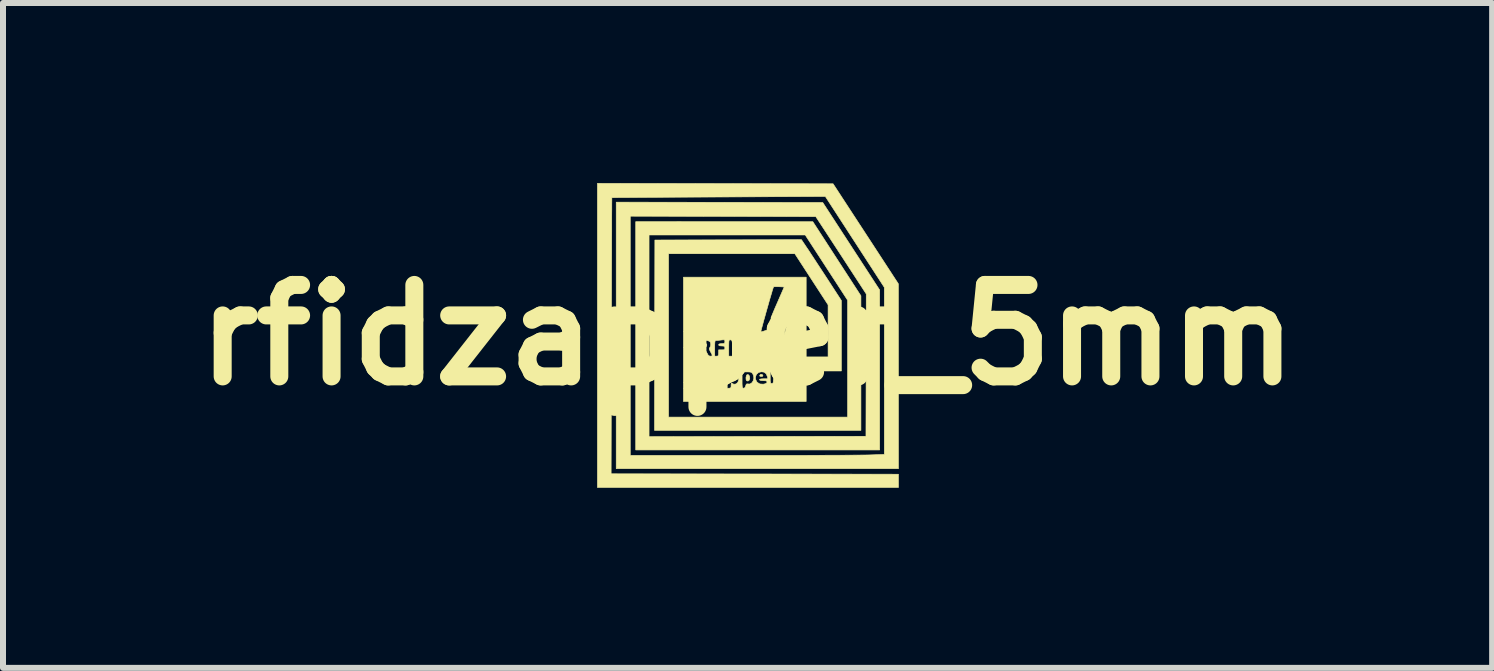
<source format=kicad_pcb>
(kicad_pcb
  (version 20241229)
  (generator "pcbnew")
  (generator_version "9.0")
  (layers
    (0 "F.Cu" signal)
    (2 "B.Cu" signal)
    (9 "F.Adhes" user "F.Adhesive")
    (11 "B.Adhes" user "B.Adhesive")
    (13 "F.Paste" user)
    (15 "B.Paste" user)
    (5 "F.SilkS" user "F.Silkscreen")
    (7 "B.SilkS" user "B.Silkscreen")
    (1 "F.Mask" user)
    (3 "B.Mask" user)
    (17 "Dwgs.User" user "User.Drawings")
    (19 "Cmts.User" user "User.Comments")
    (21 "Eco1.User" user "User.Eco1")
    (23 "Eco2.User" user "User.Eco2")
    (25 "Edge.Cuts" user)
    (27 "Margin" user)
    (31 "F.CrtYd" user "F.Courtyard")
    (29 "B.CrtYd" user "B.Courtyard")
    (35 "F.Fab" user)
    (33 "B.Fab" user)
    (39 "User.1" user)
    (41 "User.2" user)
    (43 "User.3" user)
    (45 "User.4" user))
  (footprint "rfidzapper_5mm"
    (layer "F.Cu")
    (at 9.405 2.532)
    (property "Reference" "rfidzapper_5mm" (at 0 0 0) (layer "F.SilkS") (effects (font (size 1.524 1.524) (thickness 0.3))))
    (attr through_hole)
    (fp_poly (pts (xy -0.461 0.726) (xy -0.456 0.744) (xy -0.466 0.765) (xy -0.482 0.769) (xy -0.503 0.761) (xy -0.508 0.75) (xy -0.497 0.733) (xy -0.482 0.726) (xy -0.461 0.726)) (stroke (width 0.01) (type solid)) (fill yes) (layer "F.SilkS"))
    (fp_poly (pts (xy 0.243 0.657) (xy 0.257 0.674) (xy 0.251 0.687) (xy 0.229 0.69) (xy 0.206 0.686) (xy 0.203 0.672) (xy 0.204 0.67) (xy 0.22 0.655) (xy 0.243 0.657)) (stroke (width 0.01) (type solid)) (fill yes) (layer "F.SilkS"))
    (fp_poly (pts (xy -0.685 0.148) (xy -0.679 0.165) (xy -0.68 0.172) (xy -0.692 0.197) (xy -0.714 0.207) (xy -0.733 0.2) (xy -0.741 0.181) (xy -0.742 0.167) (xy -0.734 0.148) (xy -0.709 0.143) (xy -0.685 0.148)) (stroke (width 0.01) (type solid)) (fill yes) (layer "F.SilkS"))
    (fp_poly (pts (xy -0.218 0.664) (xy -0.214 0.671) (xy -0.197 0.706) (xy -0.202 0.743) (xy -0.203 0.748) (xy -0.221 0.765) (xy -0.248 0.768) (xy -0.265 0.76) (xy -0.273 0.736) (xy -0.271 0.703) (xy -0.26 0.673) (xy -0.253 0.663) (xy -0.234 0.653) (xy -0.218 0.664)) (stroke (width 0.01) (type solid)) (fill yes) (layer "F.SilkS"))
    (fp_poly (pts (xy 0.016 0.662) (xy 0.032 0.684) (xy 0.037 0.719) (xy 0.037 0.725) (xy 0.026 0.754) (xy 0.006 0.767) (xy -0.016 0.761) (xy -0.017 0.76) (xy -0.025 0.739) (xy -0.026 0.707) (xy -0.019 0.677) (xy -0.008 0.66) (xy -0.007 0.66) (xy 0.016 0.662)) (stroke (width 0.01) (type solid)) (fill yes) (layer "F.SilkS"))
    (fp_poly (pts (xy -0.064 0.154) (xy -0.038 0.182) (xy -0.027 0.219) (xy -0.032 0.257) (xy -0.047 0.279) (xy -0.076 0.295) (xy -0.099 0.3) (xy -0.116 0.298) (xy -0.126 0.288) (xy -0.13 0.265) (xy -0.13 0.222) (xy -0.13 0.221) (xy -0.129 0.178) (xy -0.126 0.155) (xy -0.116 0.145) (xy -0.1 0.143) (xy -0.064 0.154)) (stroke (width 0.01) (type solid)) (fill yes) (layer "F.SilkS"))
    (fp_poly (pts (xy 1.425 -2.52) (xy 1.969 -1.687) (xy 2.513 -0.853) (xy 2.514 2.227) (xy -2.188 2.227) (xy -2.188 -2.214) (xy -0.468 -2.211) (xy 1.253 -2.208) (xy 1.727 -1.479) (xy 2.201 -0.751) (xy 2.201 1.915) (xy -1.863 1.915) (xy -1.863 -1.889) (xy 1.088 -1.888) (xy 1.488 -1.271) (xy 1.889 -0.653) (xy 1.889 1.589) (xy -1.55 1.589) (xy -1.544 -1.583) (xy 0.898 -1.589) (xy 0.987 -1.456) (xy 1.017 -1.412) (xy 1.058 -1.349) (xy 1.108 -1.273) (xy 1.164 -1.187) (xy 1.225 -1.094) (xy 1.288 -0.998) (xy 1.32 -0.949) (xy 1.563 -0.575) (xy 1.563 0.599) (xy 0.977 0.599) (xy 0.977 1.107) (xy -1.068 1.107) (xy -1.068 0.573) (xy -0.821 0.573) (xy -0.817 0.589) (xy -0.803 0.597) (xy -0.771 0.599) (xy -0.755 0.599) (xy -0.689 0.599) (xy -0.755 0.686) (xy -0.785 0.728) (xy -0.808 0.763) (xy -0.82 0.786) (xy -0.821 0.79) (xy -0.814 0.799) (xy -0.792 0.805) (xy -0.75 0.807) (xy -0.71 0.808) (xy -0.656 0.807) (xy -0.623 0.805) (xy -0.606 0.8) (xy -0.6 0.79) (xy -0.599 0.782) (xy -0.603 0.767) (xy -0.62 0.758) (xy -0.656 0.753) (xy -0.664 0.753) (xy -0.717 0.75) (xy -0.573 0.75) (xy -0.562 0.789) (xy -0.534 0.812) (xy -0.493 0.816) (xy -0.491 0.815) (xy -0.452 0.809) (xy -0.422 0.808) (xy -0.404 0.806) (xy -0.395 0.796) (xy -0.391 0.772) (xy -0.391 0.73) (xy -0.394 0.674) (xy -0.408 0.638) (xy -0.435 0.619) (xy -0.48 0.612) (xy -0.485 0.612) (xy -0.339 0.612) (xy -0.339 0.886) (xy -0.306 0.886) (xy -0.285 0.883) (xy -0.275 0.868) (xy -0.274 0.838) (xy -0.272 0.807) (xy -0.265 0.8) (xy -0.258 0.805) (xy -0.227 0.82) (xy -0.192 0.815) (xy -0.164 0.792) (xy -0.149 0.755) (xy -0.144 0.708) (xy -0.148 0.663) (xy -0.16 0.634) (xy -0.185 0.615) (xy -0.189 0.614) (xy -0.091 0.614) (xy -0.091 0.75) (xy -0.091 0.811) (xy -0.089 0.85) (xy -0.086 0.873) (xy -0.079 0.883) (xy -0.068 0.886) (xy -0.065 0.886) (xy -0.043 0.877) (xy -0.031 0.847) (xy -0.031 0.846) (xy -0.021 0.819) (xy -0.007 0.813) (xy 0.002 0.815) (xy 0.04 0.816) (xy 0.072 0.796) (xy 0.094 0.763) (xy 0.101 0.735) (xy 0.133 0.735) (xy 0.153 0.778) (xy 0.162 0.789) (xy 0.205 0.815) (xy 0.261 0.819) (xy 0.296 0.812) (xy 0.319 0.798) (xy 0.326 0.782) (xy 0.32 0.769) (xy 0.301 0.762) (xy 0.265 0.761) (xy 0.223 0.758) (xy 0.201 0.749) (xy 0.199 0.746) (xy 0.204 0.736) (xy 0.229 0.731) (xy 0.266 0.729) (xy 0.339 0.729) (xy 0.331 0.694) (xy 0.311 0.646) (xy 0.277 0.619) (xy 0.233 0.612) (xy 0.186 0.623) (xy 0.152 0.652) (xy 0.133 0.691) (xy 0.133 0.735) (xy 0.101 0.735) (xy 0.105 0.721) (xy 0.101 0.677) (xy 0.084 0.642) (xy 0.069 0.625) (xy 0.046 0.617) (xy 0.008 0.614) (xy -0.013 0.614) (xy -0.091 0.614) (xy -0.189 0.614) (xy -0.202 0.611) (xy -0.232 0.612) (xy -0.272 0.612) (xy -0.283 0.612) (xy -0.339 0.612) (xy -0.485 0.612) (xy -0.496 0.612) (xy -0.535 0.614) (xy -0.554 0.62) (xy -0.56 0.633) (xy -0.56 0.637) (xy -0.556 0.654) (xy -0.539 0.658) (xy -0.516 0.656) (xy -0.482 0.654) (xy -0.465 0.661) (xy -0.468 0.672) (xy -0.494 0.683) (xy -0.498 0.684) (xy -0.543 0.699) (xy -0.567 0.721) (xy -0.573 0.75) (xy -0.717 0.75) (xy -0.728 0.749) (xy -0.67 0.672) (xy -0.633 0.62) (xy -0.627 0.609) (xy 0.378 0.609) (xy 0.378 0.708) (xy 0.378 0.759) (xy 0.381 0.789) (xy 0.387 0.803) (xy 0.399 0.807) (xy 0.404 0.808) (xy 0.422 0.803) (xy 0.429 0.783) (xy 0.43 0.761) (xy 0.436 0.71) (xy 0.454 0.676) (xy 0.482 0.664) (xy 0.482 0.664) (xy 0.503 0.656) (xy 0.508 0.632) (xy 0.505 0.609) (xy 0.49 0.607) (xy 0.478 0.611) (xy 0.442 0.618) (xy 0.413 0.616) (xy 0.378 0.609) (xy -0.627 0.609) (xy -0.614 0.585) (xy -0.615 0.563) (xy -0.637 0.552) (xy -0.68 0.548) (xy -0.716 0.547) (xy -0.768 0.548) (xy -0.799 0.55) (xy -0.815 0.556) (xy -0.82 0.566) (xy -0.821 0.573) (xy -1.068 0.573) (xy -1.068 0.223) (xy -0.808 0.223) (xy -0.807 0.282) (xy -0.806 0.319) (xy -0.802 0.34) (xy -0.795 0.349) (xy -0.782 0.352) (xy -0.775 0.352) (xy -0.753 0.348) (xy -0.744 0.333) (xy -0.742 0.306) (xy -0.74 0.275) (xy -0.728 0.262) (xy -0.717 0.261) (xy -0.691 0.273) (xy -0.672 0.306) (xy -0.654 0.338) (xy -0.631 0.351) (xy -0.619 0.352) (xy -0.597 0.35) (xy -0.589 0.341) (xy -0.595 0.32) (xy -0.615 0.283) (xy -0.617 0.279) (xy -0.634 0.245) (xy -0.638 0.225) (xy -0.636 0.221) (xy -0.547 0.221) (xy -0.547 0.352) (xy -0.515 0.352) (xy -0.494 0.349) (xy -0.484 0.335) (xy -0.482 0.304) (xy -0.482 0.3) (xy -0.482 0.247) (xy -0.43 0.247) (xy -0.396 0.246) (xy -0.381 0.237) (xy -0.378 0.218) (xy -0.378 0.215) (xy -0.378 0.214) (xy -0.313 0.214) (xy -0.313 0.352) (xy -0.247 0.352) (xy -0.182 0.352) (xy -0.112 0.352) (xy -0.063 0.349) (xy -0.029 0.338) (xy -0.001 0.318) (xy 0.025 0.291) (xy 0.037 0.261) (xy 0.039 0.226) (xy 0.031 0.165) (xy 0.005 0.123) (xy -0.037 0.1) (xy -0.05 0.097) (xy -0.096 0.09) (xy -0.14 0.083) (xy -0.14 0.083) (xy -0.182 0.077) (xy -0.182 0.352) (xy -0.247 0.352) (xy -0.25 0.218) (xy -0.252 0.158) (xy -0.255 0.119) (xy -0.26 0.097) (xy -0.267 0.085) (xy -0.279 0.081) (xy -0.283 0.081) (xy -0.296 0.08) (xy -0.305 0.085) (xy -0.31 0.1) (xy -0.312 0.129) (xy -0.313 0.178) (xy -0.313 0.214) (xy -0.378 0.214) (xy -0.381 0.194) (xy -0.394 0.185) (xy -0.425 0.182) (xy -0.43 0.182) (xy -0.466 0.179) (xy -0.481 0.168) (xy -0.482 0.163) (xy -0.473 0.149) (xy -0.445 0.144) (xy -0.43 0.143) (xy -0.396 0.142) (xy -0.381 0.133) (xy -0.378 0.113) (xy -0.378 0.109) (xy -0.379 0.088) (xy -0.388 0.08) (xy -0.412 0.08) (xy -0.438 0.083) (xy -0.48 0.088) (xy -0.514 0.091) (xy -0.523 0.091) (xy -0.534 0.093) (xy -0.541 0.103) (xy -0.545 0.125) (xy -0.547 0.164) (xy -0.547 0.221) (xy -0.636 0.221) (xy -0.63 0.211) (xy -0.616 0.184) (xy -0.613 0.149) (xy -0.621 0.118) (xy -0.628 0.108) (xy -0.656 0.096) (xy -0.698 0.087) (xy -0.743 0.083) (xy -0.778 0.087) (xy -0.778 0.087) (xy -0.792 0.092) (xy -0.8 0.101) (xy -0.805 0.121) (xy -0.807 0.156) (xy -0.808 0.211) (xy -0.808 0.223) (xy -1.068 0.223) (xy -1.068 -0.056) (xy 0.221 -0.056) (xy 0.233 -0.054) (xy 0.265 -0.063) (xy 0.315 -0.08) (xy 0.379 -0.106) (xy 0.438 -0.13) (xy 0.487 -0.149) (xy 0.523 -0.162) (xy 0.539 -0.167) (xy 0.54 -0.167) (xy 0.538 -0.154) (xy 0.53 -0.12) (xy 0.517 -0.07) (xy 0.499 -0.008) (xy 0.49 0.025) (xy 0.469 0.098) (xy 0.452 0.15) (xy 0.439 0.185) (xy 0.428 0.206) (xy 0.416 0.218) (xy 0.402 0.224) (xy 0.368 0.236) (xy 0.409 0.352) (xy 0.426 0.402) (xy 0.441 0.442) (xy 0.45 0.465) (xy 0.452 0.469) (xy 0.46 0.459) (xy 0.479 0.431) (xy 0.506 0.391) (xy 0.527 0.358) (xy 0.557 0.311) (xy 0.581 0.273) (xy 0.596 0.248) (xy 0.599 0.241) (xy 0.588 0.236) (xy 0.572 0.234) (xy 0.553 0.23) (xy 0.553 0.211) (xy 0.554 0.206) (xy 0.562 0.179) (xy 0.575 0.134) (xy 0.591 0.075) (xy 0.609 0.006) (xy 0.629 -0.069) (xy 0.649 -0.144) (xy 0.668 -0.217) (xy 0.685 -0.283) (xy 0.699 -0.338) (xy 0.708 -0.377) (xy 0.713 -0.397) (xy 0.713 -0.399) (xy 0.7 -0.395) (xy 0.668 -0.384) (xy 0.621 -0.366) (xy 0.563 -0.344) (xy 0.55 -0.339) (xy 0.491 -0.317) (xy 0.442 -0.299) (xy 0.407 -0.288) (xy 0.391 -0.285) (xy 0.391 -0.286) (xy 0.396 -0.3) (xy 0.41 -0.335) (xy 0.431 -0.386) (xy 0.458 -0.45) (xy 0.49 -0.523) (xy 0.501 -0.548) (xy 0.611 -0.801) (xy 0.525 -0.805) (xy 0.481 -0.806) (xy 0.447 -0.805) (xy 0.433 -0.802) (xy 0.428 -0.788) (xy 0.416 -0.753) (xy 0.401 -0.7) (xy 0.381 -0.634) (xy 0.359 -0.558) (xy 0.336 -0.476) (xy 0.312 -0.392) (xy 0.289 -0.309) (xy 0.267 -0.232) (xy 0.249 -0.164) (xy 0.234 -0.11) (xy 0.225 -0.073) (xy 0.221 -0.056) (xy -1.068 -0.056) (xy -1.068 -0.964) (xy 0.977 -0.964) (xy 0.977 0.365) (xy 1.342 0.365) (xy 1.342 -0.503) (xy 0.788 -1.355) (xy -0.264 -1.355) (xy -1.316 -1.355) (xy -1.316 1.368) (xy 1.667 1.368) (xy 1.667 -0.58) (xy 1.314 -1.124) (xy 0.961 -1.667) (xy -1.641 -1.667) (xy -1.641 1.693) (xy 0.166 1.69) (xy 1.973 1.687) (xy 1.976 0.501) (xy 1.978 -0.684) (xy 1.558 -1.329) (xy 1.137 -1.973) (xy -0.409 -1.977) (xy -1.954 -1.98) (xy -1.954 2.006) (xy -0.062 2.006) (xy 0.162 2.006) (xy 0.382 2.006) (xy 0.596 2.005) (xy 0.802 2.005) (xy 0.998 2.005) (xy 1.183 2.004) (xy 1.356 2.003) (xy 1.513 2.003) (xy 1.655 2.002) (xy 1.778 2.001) (xy 1.882 2) (xy 1.965 1.999) (xy 2.024 1.998) (xy 2.055 1.997) (xy 2.279 1.989) (xy 2.279 -0.794) (xy 1.296 -2.309) (xy -0.481 -2.3) (xy -0.694 -2.299) (xy -0.9 -2.298) (xy -1.097 -2.297) (xy -1.284 -2.296) (xy -1.459 -2.295) (xy -1.62 -2.294) (xy -1.767 -2.293) (xy -1.898 -2.292) (xy -2.011 -2.291) (xy -2.105 -2.291) (xy -2.178 -2.29) (xy -2.229 -2.289) (xy -2.257 -2.289) (xy -2.261 -2.289) (xy -2.261 -2.276) (xy -2.261 -2.238) (xy -2.262 -2.177) (xy -2.262 -2.093) (xy -2.263 -1.989) (xy -2.263 -1.865) (xy -2.263 -1.724) (xy -2.264 -1.565) (xy -2.264 -1.391) (xy -2.265 -1.202) (xy -2.266 -1.001) (xy -2.266 -0.788) (xy -2.267 -0.565) (xy -2.267 -0.333) (xy -2.268 -0.093) (xy -2.268 0.013) (xy -2.273 2.312) (xy 0.12 2.315) (xy 2.514 2.319) (xy 2.514 2.54) (xy -2.501 2.54) (xy -2.501 -2.527) (xy 1.425 -2.52)) (stroke (width 0.01) (type solid)) (fill yes) (layer "F.SilkS")))
  (gr_rect
    (start -3 -3)
    (end 21.811 8.077)
    (stroke (width 0.1) (type default))
    (fill no)
    (layer "Edge.Cuts")))
</source>
